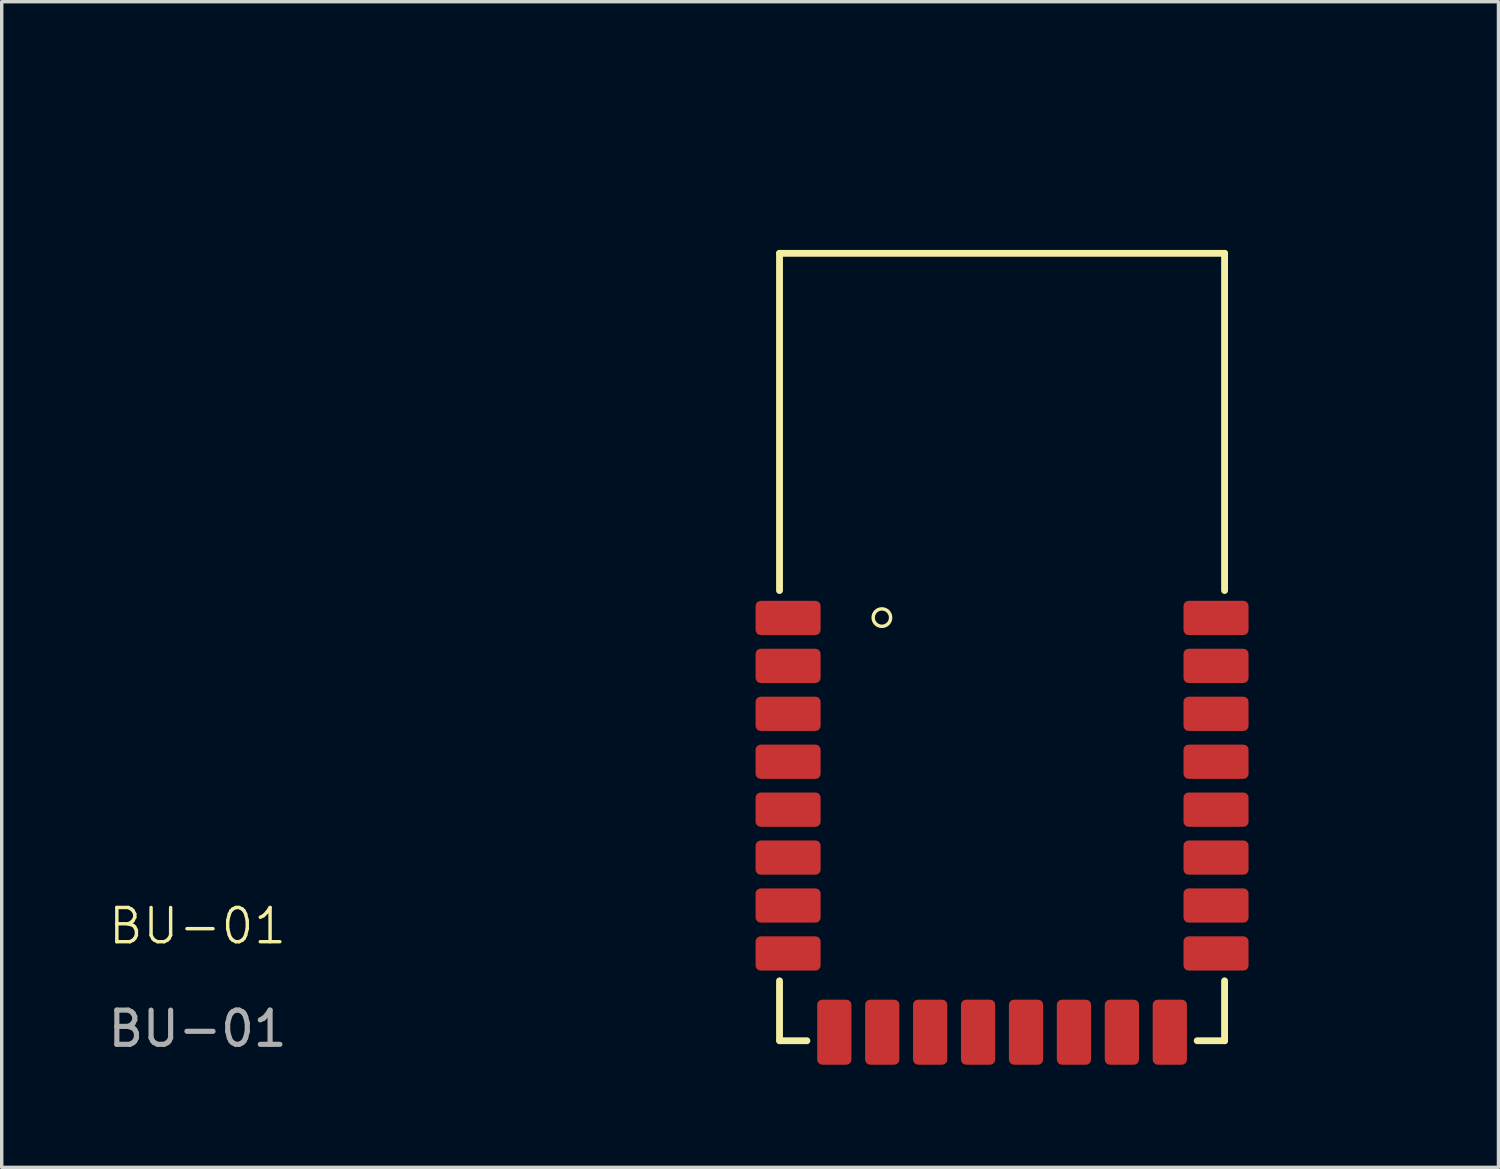
<source format=kicad_pcb>
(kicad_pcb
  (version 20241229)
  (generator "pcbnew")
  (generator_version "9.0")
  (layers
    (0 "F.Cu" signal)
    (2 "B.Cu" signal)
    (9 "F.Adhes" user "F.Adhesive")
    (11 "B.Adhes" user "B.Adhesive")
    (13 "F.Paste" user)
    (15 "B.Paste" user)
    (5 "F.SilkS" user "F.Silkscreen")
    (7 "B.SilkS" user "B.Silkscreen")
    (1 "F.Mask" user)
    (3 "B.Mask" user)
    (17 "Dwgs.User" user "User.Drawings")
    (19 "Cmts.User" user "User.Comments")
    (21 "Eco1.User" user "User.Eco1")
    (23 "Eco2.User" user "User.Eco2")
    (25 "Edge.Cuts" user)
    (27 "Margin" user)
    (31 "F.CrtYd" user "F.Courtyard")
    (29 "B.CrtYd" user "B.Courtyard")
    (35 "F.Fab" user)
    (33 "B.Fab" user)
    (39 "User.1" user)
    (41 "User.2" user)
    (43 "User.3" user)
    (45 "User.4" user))
  (footprint "BU-01"
    (layer "F.Cu")
    (at 19.72 15)
    (property "Reference" "BU-01" (at -17 9 0) (unlocked yes) (layer "F.SilkS") (effects (font (size 1 1) (thickness 0.1))))
    (attr smd)
    (fp_line (start 0 -0.8) (end 0 -10.65) (stroke (width 0.2) (type solid)) (layer "F.SilkS"))
    (fp_line (start 0 10.6) (end 0 12.35) (stroke (width 0.2) (type solid)) (layer "F.SilkS"))
    (fp_line (start 0.8 12.35) (end 0.01 12.35) (stroke (width 0.2) (type solid)) (layer "F.SilkS"))
    (fp_line (start 12.2 12.35) (end 13 12.35) (stroke (width 0.2) (type solid)) (layer "F.SilkS"))
    (fp_line (start 13 -10.65) (end 0 -10.65) (stroke (width 0.2) (type solid)) (layer "F.SilkS"))
    (fp_line (start 13 -0.8) (end 13 -10.65) (stroke (width 0.2) (type solid)) (layer "F.SilkS"))
    (fp_line (start 13 10.6) (end 13 12.35) (stroke (width 0.2) (type solid)) (layer "F.SilkS"))
    (fp_circle (center 2.99 -0.01) (end 3.04 0.24) (stroke (width 0.1) (type default)) (fill no) (layer "F.SilkS"))
    (fp_text user "${REFERENCE}" (at -17 12 0) (unlocked yes) (layer "F.Fab") (effects (font (size 1 1) (thickness 0.15))))
    (pad "1" smd roundrect (at 0 0) (size 1.9 1) (drill (offset 0.25 0)) (layers "F.Cu" "F.Mask" "F.Paste") (roundrect_rratio 0.15))
    (pad "2" smd roundrect (at 0 1.4) (size 1.9 1) (drill (offset 0.25 0)) (layers "F.Cu" "F.Mask" "F.Paste") (roundrect_rratio 0.15))
    (pad "3" smd roundrect (at 0 2.8) (size 1.9 1) (drill (offset 0.25 0)) (layers "F.Cu" "F.Mask" "F.Paste") (roundrect_rratio 0.15))
    (pad "4" smd roundrect (at 0 4.2) (size 1.9 1) (drill (offset 0.25 0)) (layers "F.Cu" "F.Mask" "F.Paste") (roundrect_rratio 0.15))
    (pad "5" smd roundrect (at 0 5.6) (size 1.9 1) (drill (offset 0.25 0)) (layers "F.Cu" "F.Mask" "F.Paste") (roundrect_rratio 0.15))
    (pad "6" smd roundrect (at 0 7) (size 1.9 1) (drill (offset 0.25 0)) (layers "F.Cu" "F.Mask" "F.Paste") (roundrect_rratio 0.15))
    (pad "7" smd roundrect (at 0 8.4) (size 1.9 1) (drill (offset 0.25 0)) (layers "F.Cu" "F.Mask" "F.Paste") (roundrect_rratio 0.15))
    (pad "9" smd roundrect (at 0 9.8) (size 1.9 1) (drill (offset 0.25 0)) (layers "F.Cu" "F.Mask" "F.Paste") (roundrect_rratio 0.15))
    (pad "10" smd roundrect (at 1.6 12.35 90) (size 1.9 1) (drill (offset 0.25 0)) (layers "F.Cu" "F.Mask" "F.Paste") (roundrect_rratio 0.15))
    (pad "11" smd roundrect (at 3 12.35 90) (size 1.9 1) (drill (offset 0.25 0)) (layers "F.Cu" "F.Mask" "F.Paste") (roundrect_rratio 0.15))
    (pad "12" smd roundrect (at 4.4 12.35 90) (size 1.9 1) (drill (offset 0.25 0)) (layers "F.Cu" "F.Mask" "F.Paste") (roundrect_rratio 0.15))
    (pad "13" smd roundrect (at 5.8 12.35 90) (size 1.9 1) (drill (offset 0.25 0)) (layers "F.Cu" "F.Mask" "F.Paste") (roundrect_rratio 0.15))
    (pad "14" smd roundrect (at 7.2 12.35 90) (size 1.9 1) (drill (offset 0.25 0)) (layers "F.Cu" "F.Mask" "F.Paste") (roundrect_rratio 0.15))
    (pad "15" smd roundrect (at 8.6 12.35 90) (size 1.9 1) (drill (offset 0.25 0)) (layers "F.Cu" "F.Mask" "F.Paste") (roundrect_rratio 0.15))
    (pad "16" smd roundrect (at 10 12.35 90) (size 1.9 1) (drill (offset 0.25 0)) (layers "F.Cu" "F.Mask" "F.Paste") (roundrect_rratio 0.15))
    (pad "17" smd roundrect (at 11.4 12.35 90) (size 1.9 1) (drill (offset 0.25 0)) (layers "F.Cu" "F.Mask" "F.Paste") (roundrect_rratio 0.15))
    (pad "18" smd roundrect (at 13 9.8 180) (size 1.9 1) (drill (offset 0.25 0)) (layers "F.Cu" "F.Mask" "F.Paste") (roundrect_rratio 0.15))
    (pad "19" smd roundrect (at 13 8.4 180) (size 1.9 1) (drill (offset 0.25 0)) (layers "F.Cu" "F.Mask" "F.Paste") (roundrect_rratio 0.15))
    (pad "20" smd roundrect (at 13 7 180) (size 1.9 1) (drill (offset 0.25 0)) (layers "F.Cu" "F.Mask" "F.Paste") (roundrect_rratio 0.15))
    (pad "21" smd roundrect (at 13 5.6 180) (size 1.9 1) (drill (offset 0.25 0)) (layers "F.Cu" "F.Mask" "F.Paste") (roundrect_rratio 0.15))
    (pad "22" smd roundrect (at 13 4.2 180) (size 1.9 1) (drill (offset 0.25 0)) (layers "F.Cu" "F.Mask" "F.Paste") (roundrect_rratio 0.15))
    (pad "23" smd roundrect (at 13 2.8 180) (size 1.9 1) (drill (offset 0.25 0)) (layers "F.Cu" "F.Mask" "F.Paste") (roundrect_rratio 0.15))
    (pad "24" smd roundrect (at 13 1.4 180) (size 1.9 1) (drill (offset 0.25 0)) (layers "F.Cu" "F.Mask" "F.Paste") (roundrect_rratio 0.15))
    (pad "25" smd roundrect (at 13 0 180) (size 1.9 1) (drill (offset 0.25 0)) (layers "F.Cu" "F.Mask" "F.Paste") (roundrect_rratio 0.15))
    (zone (net_name "") (layers "F.Cu" "B.Cu" "F.SilkS") (hatch edge 0.5) (connect_pads) (min_thickness 0.25) (filled_areas_thickness no) (keepout (tracks not_allowed) (vias not_allowed) (pads not_allowed) (copperpour not_allowed) (footprints not_allowed)) (placement (enabled no)) (fill) (polygon (pts (xy 24.8 14.2) (xy 14.72 14.2) (xy 14.72 0) (xy 37.72 0) (xy 37.72 10) (xy 37.72 14.2) (xy 32.72 14.2)))))
  (gr_rect
    (start -3 -3)
    (end 40.72 31.05)
    (stroke (width 0.1) (type default))
    (fill no)
    (layer "Edge.Cuts")))
</source>
